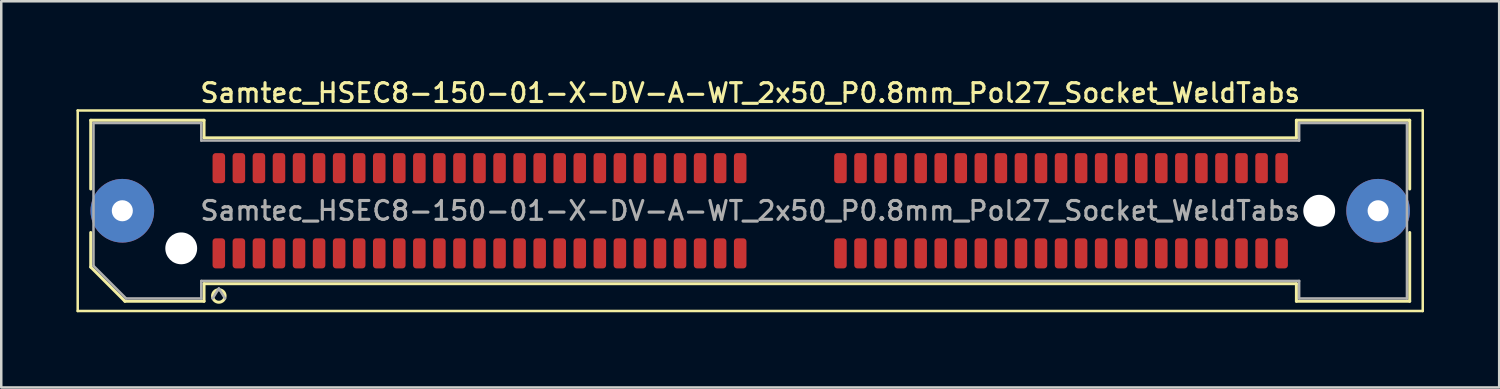
<source format=kicad_pcb>
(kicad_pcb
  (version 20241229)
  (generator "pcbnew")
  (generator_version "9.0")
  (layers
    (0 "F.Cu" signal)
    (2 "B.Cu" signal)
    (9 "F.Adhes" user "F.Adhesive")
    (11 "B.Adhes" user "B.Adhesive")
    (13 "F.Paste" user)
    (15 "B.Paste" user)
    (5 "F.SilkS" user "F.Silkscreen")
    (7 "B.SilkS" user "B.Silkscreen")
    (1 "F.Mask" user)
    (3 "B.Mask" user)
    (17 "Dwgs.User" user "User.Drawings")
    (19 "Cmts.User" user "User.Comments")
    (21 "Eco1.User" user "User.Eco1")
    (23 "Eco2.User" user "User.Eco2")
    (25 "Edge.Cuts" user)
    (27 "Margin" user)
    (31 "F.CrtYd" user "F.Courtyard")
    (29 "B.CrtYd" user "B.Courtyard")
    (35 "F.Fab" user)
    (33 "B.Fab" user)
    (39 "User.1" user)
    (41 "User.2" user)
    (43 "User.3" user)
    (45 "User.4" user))
  (footprint "Samtec_HSEC8-150-01-X-DV-A-WT_2x50_P0.8mm_Pol27_Socket_WeldTabs"
    (layer "F.Cu")
    (at 26.88 5.358)
    (property "Reference" "Samtec_HSEC8-150-01-X-DV-A-WT_2x50_P0.8mm_Pol27_Socket_WeldTabs" (at 0 -4.7 0) (layer "F.SilkS") (effects (font (size 0.75 0.75) (thickness 0.125))))
    (attr smd)
    (fp_line (start -26.83 -4) (end -26.83 4) (stroke (width 0.1) (type solid)) (layer "F.SilkS"))
    (fp_line (start -26.83 4) (end 26.83 4) (stroke (width 0.1) (type solid)) (layer "F.SilkS"))
    (fp_line (start -26.31 -3.61) (end -21.79 -3.61) (stroke (width 0.12) (type solid)) (layer "F.SilkS"))
    (fp_line (start -26.31 -0.868) (end -26.31 -3.61) (stroke (width 0.12) (type solid)) (layer "F.SilkS"))
    (fp_line (start -26.31 2.246) (end -26.31 0.868) (stroke (width 0.12) (type solid)) (layer "F.SilkS"))
    (fp_line (start -24.946 3.61) (end -26.31 2.246) (stroke (width 0.12) (type solid)) (layer "F.SilkS"))
    (fp_line (start -21.79 -3.61) (end -21.79 -2.91) (stroke (width 0.12) (type solid)) (layer "F.SilkS"))
    (fp_line (start -21.79 -2.91) (end 21.79 -2.91) (stroke (width 0.12) (type solid)) (layer "F.SilkS"))
    (fp_line (start -21.79 2.91) (end -21.79 3.61) (stroke (width 0.12) (type solid)) (layer "F.SilkS"))
    (fp_line (start -21.79 3.61) (end -24.946 3.61) (stroke (width 0.12) (type solid)) (layer "F.SilkS"))
    (fp_line (start 21.79 -3.61) (end 26.31 -3.61) (stroke (width 0.12) (type solid)) (layer "F.SilkS"))
    (fp_line (start 21.79 -2.91) (end 21.79 -3.61) (stroke (width 0.12) (type solid)) (layer "F.SilkS"))
    (fp_line (start 21.79 2.91) (end -21.79 2.91) (stroke (width 0.12) (type solid)) (layer "F.SilkS"))
    (fp_line (start 21.79 3.61) (end 21.79 2.91) (stroke (width 0.12) (type solid)) (layer "F.SilkS"))
    (fp_line (start 26.31 -3.61) (end 26.31 -0.868) (stroke (width 0.12) (type solid)) (layer "F.SilkS"))
    (fp_line (start 26.31 0.868) (end 26.31 3.61) (stroke (width 0.12) (type solid)) (layer "F.SilkS"))
    (fp_line (start 26.31 3.61) (end 21.79 3.61) (stroke (width 0.12) (type solid)) (layer "F.SilkS"))
    (fp_line (start 26.83 -4) (end -26.83 -4) (stroke (width 0.1) (type solid)) (layer "F.SilkS"))
    (fp_line (start 26.83 4) (end 26.83 -4) (stroke (width 0.1) (type solid)) (layer "F.SilkS"))
    (fp_arc (start -20.95 3.4) (mid -21.45 3.4) (end -20.95 3.4) (stroke (width 0.12) (type solid)) (layer "F.SilkS"))
    (fp_line (start -26.2 -3.5) (end -21.9 -3.5) (stroke (width 0.1) (type solid)) (layer "F.Fab"))
    (fp_line (start -26.2 2.2) (end -26.2 -3.5) (stroke (width 0.1) (type solid)) (layer "F.Fab"))
    (fp_line (start -24.9 3.5) (end -26.2 2.2) (stroke (width 0.1) (type solid)) (layer "F.Fab"))
    (fp_line (start -21.9 -3.5) (end -21.9 -2.8) (stroke (width 0.1) (type solid)) (layer "F.Fab"))
    (fp_line (start -21.9 -2.8) (end 21.9 -2.8) (stroke (width 0.1) (type solid)) (layer "F.Fab"))
    (fp_line (start -21.9 2.8) (end -21.9 3.5) (stroke (width 0.1) (type solid)) (layer "F.Fab"))
    (fp_line (start -21.9 3.5) (end -24.9 3.5) (stroke (width 0.1) (type solid)) (layer "F.Fab"))
    (fp_line (start -21.2 3.1) (end -21.45 3.5) (stroke (width 0.1) (type solid)) (layer "F.Fab"))
    (fp_line (start -21.2 3.1) (end -20.95 3.5) (stroke (width 0.1) (type solid)) (layer "F.Fab"))
    (fp_line (start 21.9 -3.5) (end 26.2 -3.5) (stroke (width 0.1) (type solid)) (layer "F.Fab"))
    (fp_line (start 21.9 -2.8) (end 21.9 -3.5) (stroke (width 0.1) (type solid)) (layer "F.Fab"))
    (fp_line (start 21.9 2.8) (end -21.9 2.8) (stroke (width 0.1) (type solid)) (layer "F.Fab"))
    (fp_line (start 21.9 3.5) (end 21.9 2.8) (stroke (width 0.1) (type solid)) (layer "F.Fab"))
    (fp_line (start 26.2 -3.5) (end 26.2 3.5) (stroke (width 0.1) (type solid)) (layer "F.Fab"))
    (fp_line (start 26.2 3.5) (end 21.9 3.5) (stroke (width 0.1) (type solid)) (layer "F.Fab"))
    (fp_text user "${REFERENCE}" (at 0 0 0) (layer "F.Fab") (effects (font (size 0.75 0.75) (thickness 0.125))))
    (pad "" thru_hole circle (at -25.05 0) (size 2.54 2.54) (drill 0.84) (layers "*.Cu" "*.Mask" "F.Paste"))
    (pad "" np_thru_hole circle (at -22.7 1.5) (size 1.27 1.27) (drill 1.27) (layers "*.Cu" "*.Mask"))
    (pad "" np_thru_hole circle (at 22.7 0) (size 1.27 1.27) (drill 1.27) (layers "*.Cu" "*.Mask"))
    (pad "" thru_hole circle (at 25.05 0) (size 2.54 2.54) (drill 0.84) (layers "*.Cu" "*.Mask" "F.Paste"))
    (pad "1" smd roundrect (at -21.2 1.7) (size 0.5 1.2) (layers "F.Cu" "F.Mask" "F.Paste") (roundrect_rratio 0.25))
    (pad "2" smd roundrect (at -21.2 -1.7) (size 0.5 1.2) (layers "F.Cu" "F.Mask" "F.Paste") (roundrect_rratio 0.25))
    (pad "3" smd roundrect (at -20.4 1.7) (size 0.5 1.2) (layers "F.Cu" "F.Mask" "F.Paste") (roundrect_rratio 0.25))
    (pad "4" smd roundrect (at -20.4 -1.7) (size 0.5 1.2) (layers "F.Cu" "F.Mask" "F.Paste") (roundrect_rratio 0.25))
    (pad "5" smd roundrect (at -19.6 1.7) (size 0.5 1.2) (layers "F.Cu" "F.Mask" "F.Paste") (roundrect_rratio 0.25))
    (pad "6" smd roundrect (at -19.6 -1.7) (size 0.5 1.2) (layers "F.Cu" "F.Mask" "F.Paste") (roundrect_rratio 0.25))
    (pad "7" smd roundrect (at -18.8 1.7) (size 0.5 1.2) (layers "F.Cu" "F.Mask" "F.Paste") (roundrect_rratio 0.25))
    (pad "8" smd roundrect (at -18.8 -1.7) (size 0.5 1.2) (layers "F.Cu" "F.Mask" "F.Paste") (roundrect_rratio 0.25))
    (pad "9" smd roundrect (at -18 1.7) (size 0.5 1.2) (layers "F.Cu" "F.Mask" "F.Paste") (roundrect_rratio 0.25))
    (pad "10" smd roundrect (at -18 -1.7) (size 0.5 1.2) (layers "F.Cu" "F.Mask" "F.Paste") (roundrect_rratio 0.25))
    (pad "11" smd roundrect (at -17.2 1.7) (size 0.5 1.2) (layers "F.Cu" "F.Mask" "F.Paste") (roundrect_rratio 0.25))
    (pad "12" smd roundrect (at -17.2 -1.7) (size 0.5 1.2) (layers "F.Cu" "F.Mask" "F.Paste") (roundrect_rratio 0.25))
    (pad "13" smd roundrect (at -16.4 1.7) (size 0.5 1.2) (layers "F.Cu" "F.Mask" "F.Paste") (roundrect_rratio 0.25))
    (pad "14" smd roundrect (at -16.4 -1.7) (size 0.5 1.2) (layers "F.Cu" "F.Mask" "F.Paste") (roundrect_rratio 0.25))
    (pad "15" smd roundrect (at -15.6 1.7) (size 0.5 1.2) (layers "F.Cu" "F.Mask" "F.Paste") (roundrect_rratio 0.25))
    (pad "16" smd roundrect (at -15.6 -1.7) (size 0.5 1.2) (layers "F.Cu" "F.Mask" "F.Paste") (roundrect_rratio 0.25))
    (pad "17" smd roundrect (at -14.8 1.7) (size 0.5 1.2) (layers "F.Cu" "F.Mask" "F.Paste") (roundrect_rratio 0.25))
    (pad "18" smd roundrect (at -14.8 -1.7) (size 0.5 1.2) (layers "F.Cu" "F.Mask" "F.Paste") (roundrect_rratio 0.25))
    (pad "19" smd roundrect (at -14 1.7) (size 0.5 1.2) (layers "F.Cu" "F.Mask" "F.Paste") (roundrect_rratio 0.25))
    (pad "20" smd roundrect (at -14 -1.7) (size 0.5 1.2) (layers "F.Cu" "F.Mask" "F.Paste") (roundrect_rratio 0.25))
    (pad "21" smd roundrect (at -13.2 1.7) (size 0.5 1.2) (layers "F.Cu" "F.Mask" "F.Paste") (roundrect_rratio 0.25))
    (pad "22" smd roundrect (at -13.2 -1.7) (size 0.5 1.2) (layers "F.Cu" "F.Mask" "F.Paste") (roundrect_rratio 0.25))
    (pad "23" smd roundrect (at -12.4 1.7) (size 0.5 1.2) (layers "F.Cu" "F.Mask" "F.Paste") (roundrect_rratio 0.25))
    (pad "24" smd roundrect (at -12.4 -1.7) (size 0.5 1.2) (layers "F.Cu" "F.Mask" "F.Paste") (roundrect_rratio 0.25))
    (pad "25" smd roundrect (at -11.6 1.7) (size 0.5 1.2) (layers "F.Cu" "F.Mask" "F.Paste") (roundrect_rratio 0.25))
    (pad "26" smd roundrect (at -11.6 -1.7) (size 0.5 1.2) (layers "F.Cu" "F.Mask" "F.Paste") (roundrect_rratio 0.25))
    (pad "27" smd roundrect (at -10.8 1.7) (size 0.5 1.2) (layers "F.Cu" "F.Mask" "F.Paste") (roundrect_rratio 0.25))
    (pad "28" smd roundrect (at -10.8 -1.7) (size 0.5 1.2) (layers "F.Cu" "F.Mask" "F.Paste") (roundrect_rratio 0.25))
    (pad "29" smd roundrect (at -10 1.7) (size 0.5 1.2) (layers "F.Cu" "F.Mask" "F.Paste") (roundrect_rratio 0.25))
    (pad "30" smd roundrect (at -10 -1.7) (size 0.5 1.2) (layers "F.Cu" "F.Mask" "F.Paste") (roundrect_rratio 0.25))
    (pad "31" smd roundrect (at -9.2 1.7) (size 0.5 1.2) (layers "F.Cu" "F.Mask" "F.Paste") (roundrect_rratio 0.25))
    (pad "32" smd roundrect (at -9.2 -1.7) (size 0.5 1.2) (layers "F.Cu" "F.Mask" "F.Paste") (roundrect_rratio 0.25))
    (pad "33" smd roundrect (at -8.4 1.7) (size 0.5 1.2) (layers "F.Cu" "F.Mask" "F.Paste") (roundrect_rratio 0.25))
    (pad "34" smd roundrect (at -8.4 -1.7) (size 0.5 1.2) (layers "F.Cu" "F.Mask" "F.Paste") (roundrect_rratio 0.25))
    (pad "35" smd roundrect (at -7.6 1.7) (size 0.5 1.2) (layers "F.Cu" "F.Mask" "F.Paste") (roundrect_rratio 0.25))
    (pad "36" smd roundrect (at -7.6 -1.7) (size 0.5 1.2) (layers "F.Cu" "F.Mask" "F.Paste") (roundrect_rratio 0.25))
    (pad "37" smd roundrect (at -6.8 1.7) (size 0.5 1.2) (layers "F.Cu" "F.Mask" "F.Paste") (roundrect_rratio 0.25))
    (pad "38" smd roundrect (at -6.8 -1.7) (size 0.5 1.2) (layers "F.Cu" "F.Mask" "F.Paste") (roundrect_rratio 0.25))
    (pad "39" smd roundrect (at -6 1.7) (size 0.5 1.2) (layers "F.Cu" "F.Mask" "F.Paste") (roundrect_rratio 0.25))
    (pad "40" smd roundrect (at -6 -1.7) (size 0.5 1.2) (layers "F.Cu" "F.Mask" "F.Paste") (roundrect_rratio 0.25))
    (pad "41" smd roundrect (at -5.2 1.7) (size 0.5 1.2) (layers "F.Cu" "F.Mask" "F.Paste") (roundrect_rratio 0.25))
    (pad "42" smd roundrect (at -5.2 -1.7) (size 0.5 1.2) (layers "F.Cu" "F.Mask" "F.Paste") (roundrect_rratio 0.25))
    (pad "43" smd roundrect (at -4.4 1.7) (size 0.5 1.2) (layers "F.Cu" "F.Mask" "F.Paste") (roundrect_rratio 0.25))
    (pad "44" smd roundrect (at -4.4 -1.7) (size 0.5 1.2) (layers "F.Cu" "F.Mask" "F.Paste") (roundrect_rratio 0.25))
    (pad "45" smd roundrect (at -3.6 1.7) (size 0.5 1.2) (layers "F.Cu" "F.Mask" "F.Paste") (roundrect_rratio 0.25))
    (pad "46" smd roundrect (at -3.6 -1.7) (size 0.5 1.2) (layers "F.Cu" "F.Mask" "F.Paste") (roundrect_rratio 0.25))
    (pad "47" smd roundrect (at -2.8 1.7) (size 0.5 1.2) (layers "F.Cu" "F.Mask" "F.Paste") (roundrect_rratio 0.25))
    (pad "48" smd roundrect (at -2.8 -1.7) (size 0.5 1.2) (layers "F.Cu" "F.Mask" "F.Paste") (roundrect_rratio 0.25))
    (pad "49" smd roundrect (at -2 1.7) (size 0.5 1.2) (layers "F.Cu" "F.Mask" "F.Paste") (roundrect_rratio 0.25))
    (pad "50" smd roundrect (at -2 -1.7) (size 0.5 1.2) (layers "F.Cu" "F.Mask" "F.Paste") (roundrect_rratio 0.25))
    (pad "51" smd roundrect (at -1.2 1.7) (size 0.5 1.2) (layers "F.Cu" "F.Mask" "F.Paste") (roundrect_rratio 0.25))
    (pad "52" smd roundrect (at -1.2 -1.7) (size 0.5 1.2) (layers "F.Cu" "F.Mask" "F.Paste") (roundrect_rratio 0.25))
    (pad "53" smd roundrect (at -0.4 1.7) (size 0.5 1.2) (layers "F.Cu" "F.Mask" "F.Paste") (roundrect_rratio 0.25))
    (pad "54" smd roundrect (at -0.4 -1.7) (size 0.5 1.2) (layers "F.Cu" "F.Mask" "F.Paste") (roundrect_rratio 0.25))
    (pad "55" smd roundrect (at 3.6 1.7) (size 0.5 1.2) (layers "F.Cu" "F.Mask" "F.Paste") (roundrect_rratio 0.25))
    (pad "56" smd roundrect (at 3.6 -1.7) (size 0.5 1.2) (layers "F.Cu" "F.Mask" "F.Paste") (roundrect_rratio 0.25))
    (pad "57" smd roundrect (at 4.4 1.7) (size 0.5 1.2) (layers "F.Cu" "F.Mask" "F.Paste") (roundrect_rratio 0.25))
    (pad "58" smd roundrect (at 4.4 -1.7) (size 0.5 1.2) (layers "F.Cu" "F.Mask" "F.Paste") (roundrect_rratio 0.25))
    (pad "59" smd roundrect (at 5.2 1.7) (size 0.5 1.2) (layers "F.Cu" "F.Mask" "F.Paste") (roundrect_rratio 0.25))
    (pad "60" smd roundrect (at 5.2 -1.7) (size 0.5 1.2) (layers "F.Cu" "F.Mask" "F.Paste") (roundrect_rratio 0.25))
    (pad "61" smd roundrect (at 6 1.7) (size 0.5 1.2) (layers "F.Cu" "F.Mask" "F.Paste") (roundrect_rratio 0.25))
    (pad "62" smd roundrect (at 6 -1.7) (size 0.5 1.2) (layers "F.Cu" "F.Mask" "F.Paste") (roundrect_rratio 0.25))
    (pad "63" smd roundrect (at 6.8 1.7) (size 0.5 1.2) (layers "F.Cu" "F.Mask" "F.Paste") (roundrect_rratio 0.25))
    (pad "64" smd roundrect (at 6.8 -1.7) (size 0.5 1.2) (layers "F.Cu" "F.Mask" "F.Paste") (roundrect_rratio 0.25))
    (pad "65" smd roundrect (at 7.6 1.7) (size 0.5 1.2) (layers "F.Cu" "F.Mask" "F.Paste") (roundrect_rratio 0.25))
    (pad "66" smd roundrect (at 7.6 -1.7) (size 0.5 1.2) (layers "F.Cu" "F.Mask" "F.Paste") (roundrect_rratio 0.25))
    (pad "67" smd roundrect (at 8.4 1.7) (size 0.5 1.2) (layers "F.Cu" "F.Mask" "F.Paste") (roundrect_rratio 0.25))
    (pad "68" smd roundrect (at 8.4 -1.7) (size 0.5 1.2) (layers "F.Cu" "F.Mask" "F.Paste") (roundrect_rratio 0.25))
    (pad "69" smd roundrect (at 9.2 1.7) (size 0.5 1.2) (layers "F.Cu" "F.Mask" "F.Paste") (roundrect_rratio 0.25))
    (pad "70" smd roundrect (at 9.2 -1.7) (size 0.5 1.2) (layers "F.Cu" "F.Mask" "F.Paste") (roundrect_rratio 0.25))
    (pad "71" smd roundrect (at 10 1.7) (size 0.5 1.2) (layers "F.Cu" "F.Mask" "F.Paste") (roundrect_rratio 0.25))
    (pad "72" smd roundrect (at 10 -1.7) (size 0.5 1.2) (layers "F.Cu" "F.Mask" "F.Paste") (roundrect_rratio 0.25))
    (pad "73" smd roundrect (at 10.8 1.7) (size 0.5 1.2) (layers "F.Cu" "F.Mask" "F.Paste") (roundrect_rratio 0.25))
    (pad "74" smd roundrect (at 10.8 -1.7) (size 0.5 1.2) (layers "F.Cu" "F.Mask" "F.Paste") (roundrect_rratio 0.25))
    (pad "75" smd roundrect (at 11.6 1.7) (size 0.5 1.2) (layers "F.Cu" "F.Mask" "F.Paste") (roundrect_rratio 0.25))
    (pad "76" smd roundrect (at 11.6 -1.7) (size 0.5 1.2) (layers "F.Cu" "F.Mask" "F.Paste") (roundrect_rratio 0.25))
    (pad "77" smd roundrect (at 12.4 1.7) (size 0.5 1.2) (layers "F.Cu" "F.Mask" "F.Paste") (roundrect_rratio 0.25))
    (pad "78" smd roundrect (at 12.4 -1.7) (size 0.5 1.2) (layers "F.Cu" "F.Mask" "F.Paste") (roundrect_rratio 0.25))
    (pad "79" smd roundrect (at 13.2 1.7) (size 0.5 1.2) (layers "F.Cu" "F.Mask" "F.Paste") (roundrect_rratio 0.25))
    (pad "80" smd roundrect (at 13.2 -1.7) (size 0.5 1.2) (layers "F.Cu" "F.Mask" "F.Paste") (roundrect_rratio 0.25))
    (pad "81" smd roundrect (at 14 1.7) (size 0.5 1.2) (layers "F.Cu" "F.Mask" "F.Paste") (roundrect_rratio 0.25))
    (pad "82" smd roundrect (at 14 -1.7) (size 0.5 1.2) (layers "F.Cu" "F.Mask" "F.Paste") (roundrect_rratio 0.25))
    (pad "83" smd roundrect (at 14.8 1.7) (size 0.5 1.2) (layers "F.Cu" "F.Mask" "F.Paste") (roundrect_rratio 0.25))
    (pad "84" smd roundrect (at 14.8 -1.7) (size 0.5 1.2) (layers "F.Cu" "F.Mask" "F.Paste") (roundrect_rratio 0.25))
    (pad "85" smd roundrect (at 15.6 1.7) (size 0.5 1.2) (layers "F.Cu" "F.Mask" "F.Paste") (roundrect_rratio 0.25))
    (pad "86" smd roundrect (at 15.6 -1.7) (size 0.5 1.2) (layers "F.Cu" "F.Mask" "F.Paste") (roundrect_rratio 0.25))
    (pad "87" smd roundrect (at 16.4 1.7) (size 0.5 1.2) (layers "F.Cu" "F.Mask" "F.Paste") (roundrect_rratio 0.25))
    (pad "88" smd roundrect (at 16.4 -1.7) (size 0.5 1.2) (layers "F.Cu" "F.Mask" "F.Paste") (roundrect_rratio 0.25))
    (pad "89" smd roundrect (at 17.2 1.7) (size 0.5 1.2) (layers "F.Cu" "F.Mask" "F.Paste") (roundrect_rratio 0.25))
    (pad "90" smd roundrect (at 17.2 -1.7) (size 0.5 1.2) (layers "F.Cu" "F.Mask" "F.Paste") (roundrect_rratio 0.25))
    (pad "91" smd roundrect (at 18 1.7) (size 0.5 1.2) (layers "F.Cu" "F.Mask" "F.Paste") (roundrect_rratio 0.25))
    (pad "92" smd roundrect (at 18 -1.7) (size 0.5 1.2) (layers "F.Cu" "F.Mask" "F.Paste") (roundrect_rratio 0.25))
    (pad "93" smd roundrect (at 18.8 1.7) (size 0.5 1.2) (layers "F.Cu" "F.Mask" "F.Paste") (roundrect_rratio 0.25))
    (pad "94" smd roundrect (at 18.8 -1.7) (size 0.5 1.2) (layers "F.Cu" "F.Mask" "F.Paste") (roundrect_rratio 0.25))
    (pad "95" smd roundrect (at 19.6 1.7) (size 0.5 1.2) (layers "F.Cu" "F.Mask" "F.Paste") (roundrect_rratio 0.25))
    (pad "96" smd roundrect (at 19.6 -1.7) (size 0.5 1.2) (layers "F.Cu" "F.Mask" "F.Paste") (roundrect_rratio 0.25))
    (pad "97" smd roundrect (at 20.4 1.7) (size 0.5 1.2) (layers "F.Cu" "F.Mask" "F.Paste") (roundrect_rratio 0.25))
    (pad "98" smd roundrect (at 20.4 -1.7) (size 0.5 1.2) (layers "F.Cu" "F.Mask" "F.Paste") (roundrect_rratio 0.25))
    (pad "99" smd roundrect (at 21.2 1.7) (size 0.5 1.2) (layers "F.Cu" "F.Mask" "F.Paste") (roundrect_rratio 0.25))
    (pad "100" smd roundrect (at 21.2 -1.7) (size 0.5 1.2) (layers "F.Cu" "F.Mask" "F.Paste") (roundrect_rratio 0.25)))
  (gr_rect
    (start -3 -3)
    (end 56.76 12.408)
    (stroke (width 0.1) (type default))
    (fill no)
    (layer "Edge.Cuts")))
</source>
